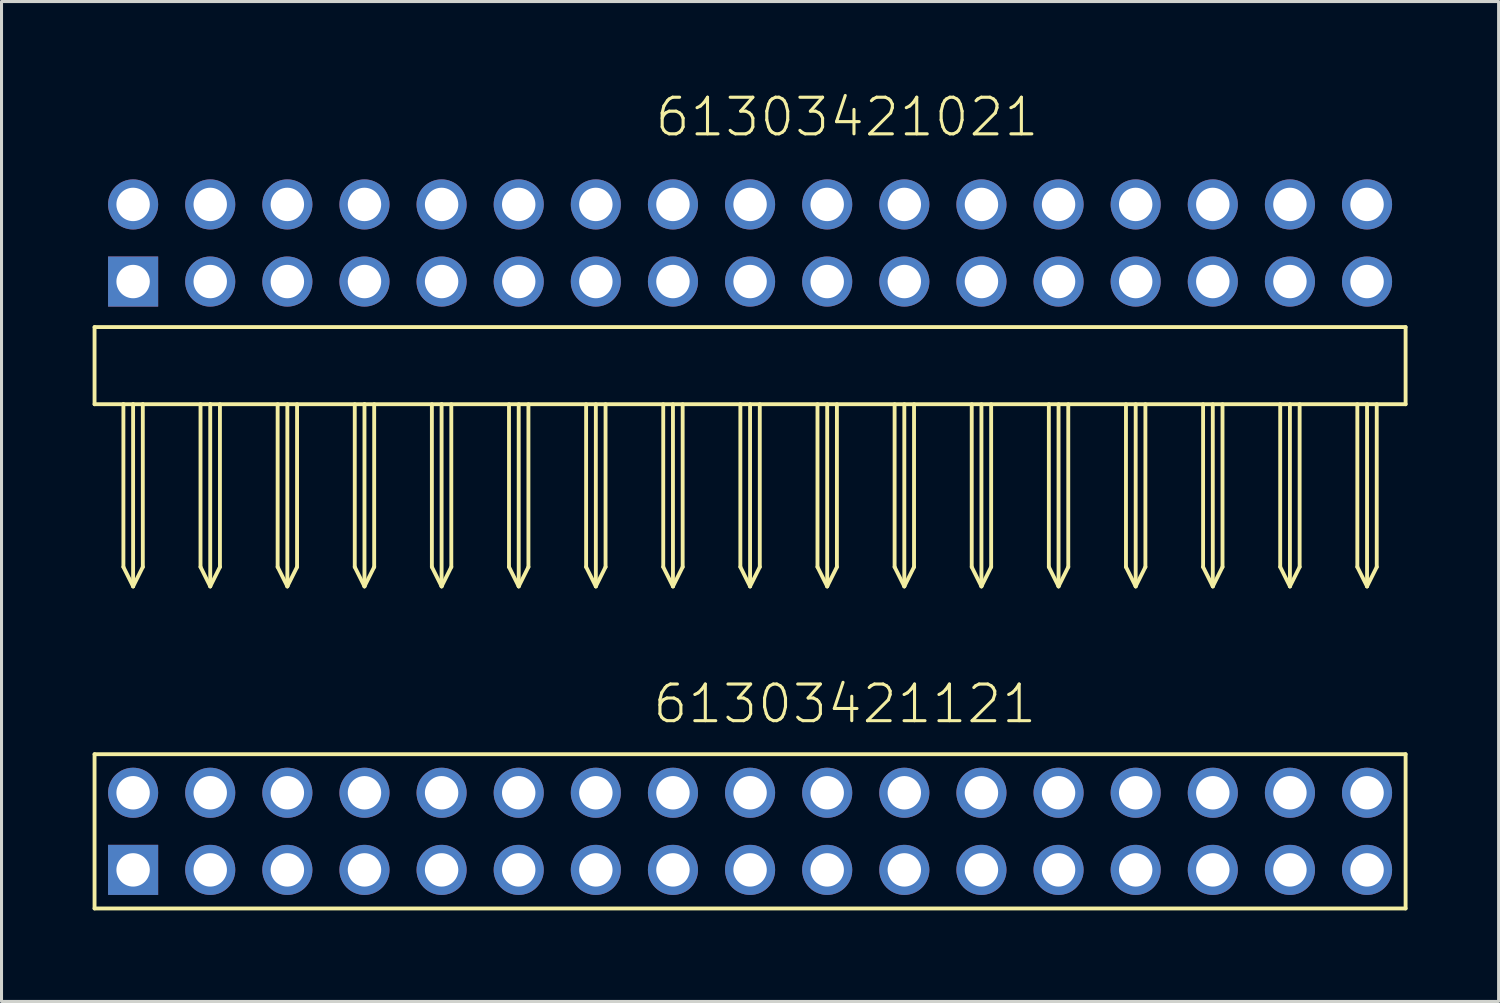
<source format=kicad_pcb>
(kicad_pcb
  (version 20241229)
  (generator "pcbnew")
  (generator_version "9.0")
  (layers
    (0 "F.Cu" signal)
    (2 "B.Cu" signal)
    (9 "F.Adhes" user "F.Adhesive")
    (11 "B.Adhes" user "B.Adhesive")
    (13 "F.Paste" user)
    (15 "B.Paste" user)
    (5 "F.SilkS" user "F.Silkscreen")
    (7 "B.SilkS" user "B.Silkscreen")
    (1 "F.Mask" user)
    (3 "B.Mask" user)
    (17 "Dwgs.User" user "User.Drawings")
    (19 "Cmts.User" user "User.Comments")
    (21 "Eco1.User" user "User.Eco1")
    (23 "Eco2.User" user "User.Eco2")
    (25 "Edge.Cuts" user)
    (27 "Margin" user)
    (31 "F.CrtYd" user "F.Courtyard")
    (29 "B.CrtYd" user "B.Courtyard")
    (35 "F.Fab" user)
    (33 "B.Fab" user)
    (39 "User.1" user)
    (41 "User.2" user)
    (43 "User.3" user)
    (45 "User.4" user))
  (footprint "61303421121"
    (layer "F.Cu")
    (at 21.654 24.33)
    (property "Reference" "61303421121" (at -3.265 -3.492 0) (layer "F.SilkS") (effects (font (size 1.206 1.206) (thickness 0.102)) (justify left bottom)))
    (attr through_hole)
    (fp_line (start -21.59 -2.54) (end 21.59 -2.54) (stroke (width 0.127) (type solid)) (layer "F.SilkS"))
    (fp_line (start -21.59 2.54) (end -21.59 -2.54) (stroke (width 0.127) (type solid)) (layer "F.SilkS"))
    (fp_line (start 21.59 -2.54) (end 21.59 2.54) (stroke (width 0.127) (type solid)) (layer "F.SilkS"))
    (fp_line (start 21.59 2.54) (end -21.59 2.54) (stroke (width 0.127) (type solid)) (layer "F.SilkS"))
    (pad "1" thru_hole rect (at -20.32 1.27) (size 1.65 1.65) (drill 1.1) (layers "*.Cu" "*.Mask"))
    (pad "2" thru_hole circle (at -17.78 1.27) (size 1.65 1.65) (drill 1.1) (layers "*.Cu" "*.Mask"))
    (pad "3" thru_hole circle (at -15.24 1.27) (size 1.65 1.65) (drill 1.1) (layers "*.Cu" "*.Mask"))
    (pad "4" thru_hole circle (at -12.7 1.27) (size 1.65 1.65) (drill 1.1) (layers "*.Cu" "*.Mask"))
    (pad "5" thru_hole circle (at -10.16 1.27) (size 1.65 1.65) (drill 1.1) (layers "*.Cu" "*.Mask"))
    (pad "6" thru_hole circle (at -7.62 1.27) (size 1.65 1.65) (drill 1.1) (layers "*.Cu" "*.Mask"))
    (pad "7" thru_hole circle (at -5.08 1.27) (size 1.65 1.65) (drill 1.1) (layers "*.Cu" "*.Mask"))
    (pad "8" thru_hole circle (at -2.54 1.27) (size 1.65 1.65) (drill 1.1) (layers "*.Cu" "*.Mask"))
    (pad "9" thru_hole circle (at 0 1.27) (size 1.65 1.65) (drill 1.1) (layers "*.Cu" "*.Mask"))
    (pad "10" thru_hole circle (at 2.54 1.27) (size 1.65 1.65) (drill 1.1) (layers "*.Cu" "*.Mask"))
    (pad "11" thru_hole circle (at 5.08 1.27) (size 1.65 1.65) (drill 1.1) (layers "*.Cu" "*.Mask"))
    (pad "12" thru_hole circle (at 7.62 1.27) (size 1.65 1.65) (drill 1.1) (layers "*.Cu" "*.Mask"))
    (pad "13" thru_hole circle (at 10.16 1.27) (size 1.65 1.65) (drill 1.1) (layers "*.Cu" "*.Mask"))
    (pad "14" thru_hole circle (at 12.7 1.27) (size 1.65 1.65) (drill 1.1) (layers "*.Cu" "*.Mask"))
    (pad "15" thru_hole circle (at 15.24 1.27) (size 1.65 1.65) (drill 1.1) (layers "*.Cu" "*.Mask"))
    (pad "16" thru_hole circle (at 17.78 1.27) (size 1.65 1.65) (drill 1.1) (layers "*.Cu" "*.Mask"))
    (pad "17" thru_hole circle (at 20.32 1.27) (size 1.65 1.65) (drill 1.1) (layers "*.Cu" "*.Mask"))
    (pad "18" thru_hole circle (at 20.32 -1.27) (size 1.65 1.65) (drill 1.1) (layers "*.Cu" "*.Mask"))
    (pad "19" thru_hole circle (at 17.78 -1.27) (size 1.65 1.65) (drill 1.1) (layers "*.Cu" "*.Mask"))
    (pad "20" thru_hole circle (at 15.24 -1.27) (size 1.65 1.65) (drill 1.1) (layers "*.Cu" "*.Mask"))
    (pad "21" thru_hole circle (at 12.7 -1.27) (size 1.65 1.65) (drill 1.1) (layers "*.Cu" "*.Mask"))
    (pad "22" thru_hole circle (at 10.16 -1.27) (size 1.65 1.65) (drill 1.1) (layers "*.Cu" "*.Mask"))
    (pad "23" thru_hole circle (at 7.62 -1.27) (size 1.65 1.65) (drill 1.1) (layers "*.Cu" "*.Mask"))
    (pad "24" thru_hole circle (at 5.08 -1.27) (size 1.65 1.65) (drill 1.1) (layers "*.Cu" "*.Mask"))
    (pad "25" thru_hole circle (at 2.54 -1.27) (size 1.65 1.65) (drill 1.1) (layers "*.Cu" "*.Mask"))
    (pad "26" thru_hole circle (at 0 -1.27) (size 1.65 1.65) (drill 1.1) (layers "*.Cu" "*.Mask"))
    (pad "27" thru_hole circle (at -2.54 -1.27) (size 1.65 1.65) (drill 1.1) (layers "*.Cu" "*.Mask"))
    (pad "28" thru_hole circle (at -5.08 -1.27) (size 1.65 1.65) (drill 1.1) (layers "*.Cu" "*.Mask"))
    (pad "29" thru_hole circle (at -7.62 -1.27) (size 1.65 1.65) (drill 1.1) (layers "*.Cu" "*.Mask"))
    (pad "30" thru_hole circle (at -10.16 -1.27) (size 1.65 1.65) (drill 1.1) (layers "*.Cu" "*.Mask"))
    (pad "31" thru_hole circle (at -12.7 -1.27) (size 1.65 1.65) (drill 1.1) (layers "*.Cu" "*.Mask"))
    (pad "32" thru_hole circle (at -15.24 -1.27) (size 1.65 1.65) (drill 1.1) (layers "*.Cu" "*.Mask"))
    (pad "33" thru_hole circle (at -17.78 -1.27) (size 1.65 1.65) (drill 1.1) (layers "*.Cu" "*.Mask"))
    (pad "34" thru_hole circle (at -20.32 -1.27) (size 1.65 1.65) (drill 1.1) (layers "*.Cu" "*.Mask")))
  (footprint "61303421021"
    (layer "F.Cu")
    (at 21.654 6.223)
    (property "Reference" "61303421021" (at -3.192 -4.712 0) (layer "F.SilkS") (effects (font (size 1.206 1.206) (thickness 0.102)) (justify left bottom)))
    (attr through_hole)
    (fp_line (start -21.59 1.5) (end -21.59 4.04) (stroke (width 0.127) (type solid)) (layer "F.SilkS"))
    (fp_line (start -21.59 4.04) (end -20.64 4.04) (stroke (width 0.127) (type solid)) (layer "F.SilkS"))
    (fp_line (start -20.64 4.04) (end -20.64 9.4) (stroke (width 0.127) (type solid)) (layer "F.SilkS"))
    (fp_line (start -20.64 4.04) (end -20.32 4.04) (stroke (width 0.127) (type solid)) (layer "F.SilkS"))
    (fp_line (start -20.64 9.4) (end -20.32 10.04) (stroke (width 0.127) (type solid)) (layer "F.SilkS"))
    (fp_line (start -20.32 4.04) (end -20.32 10.04) (stroke (width 0.127) (type solid)) (layer "F.SilkS"))
    (fp_line (start -20.32 4.04) (end -20 4.04) (stroke (width 0.127) (type solid)) (layer "F.SilkS"))
    (fp_line (start -20.32 10.04) (end -20 9.4) (stroke (width 0.127) (type solid)) (layer "F.SilkS"))
    (fp_line (start -20 4.04) (end -20 9.4) (stroke (width 0.127) (type solid)) (layer "F.SilkS"))
    (fp_line (start -20 4.04) (end -17.78 4.04) (stroke (width 0.127) (type solid)) (layer "F.SilkS"))
    (fp_line (start -18.1 4.04) (end -18.1 9.4) (stroke (width 0.127) (type solid)) (layer "F.SilkS"))
    (fp_line (start -18.1 9.4) (end -17.78 10.04) (stroke (width 0.127) (type solid)) (layer "F.SilkS"))
    (fp_line (start -17.78 4.04) (end -17.78 10.04) (stroke (width 0.127) (type solid)) (layer "F.SilkS"))
    (fp_line (start -17.78 4.04) (end -12.7 4.04) (stroke (width 0.127) (type solid)) (layer "F.SilkS"))
    (fp_line (start -17.78 10.04) (end -17.46 9.4) (stroke (width 0.127) (type solid)) (layer "F.SilkS"))
    (fp_line (start -17.46 4.04) (end -17.46 9.4) (stroke (width 0.127) (type solid)) (layer "F.SilkS"))
    (fp_line (start -15.56 4.04) (end -15.56 9.4) (stroke (width 0.127) (type solid)) (layer "F.SilkS"))
    (fp_line (start -15.56 9.4) (end -15.24 10.04) (stroke (width 0.127) (type solid)) (layer "F.SilkS"))
    (fp_line (start -15.24 4.04) (end -15.24 10.04) (stroke (width 0.127) (type solid)) (layer "F.SilkS"))
    (fp_line (start -15.24 10.04) (end -14.92 9.4) (stroke (width 0.127) (type solid)) (layer "F.SilkS"))
    (fp_line (start -14.92 4.04) (end -14.92 9.4) (stroke (width 0.127) (type solid)) (layer "F.SilkS"))
    (fp_line (start -13.02 4.04) (end -13.02 9.4) (stroke (width 0.127) (type solid)) (layer "F.SilkS"))
    (fp_line (start -13.02 9.4) (end -12.7 10.04) (stroke (width 0.127) (type solid)) (layer "F.SilkS"))
    (fp_line (start -12.7 4.04) (end -12.7 10.04) (stroke (width 0.127) (type solid)) (layer "F.SilkS"))
    (fp_line (start -12.7 4.04) (end -10.16 4.04) (stroke (width 0.127) (type solid)) (layer "F.SilkS"))
    (fp_line (start -12.7 10.04) (end -12.38 9.4) (stroke (width 0.127) (type solid)) (layer "F.SilkS"))
    (fp_line (start -12.38 4.04) (end -12.38 9.4) (stroke (width 0.127) (type solid)) (layer "F.SilkS"))
    (fp_line (start -10.48 4.04) (end -10.48 9.4) (stroke (width 0.127) (type solid)) (layer "F.SilkS"))
    (fp_line (start -10.48 9.4) (end -10.16 10.04) (stroke (width 0.127) (type solid)) (layer "F.SilkS"))
    (fp_line (start -10.16 4.04) (end -10.16 10.04) (stroke (width 0.127) (type solid)) (layer "F.SilkS"))
    (fp_line (start -10.16 4.04) (end 21.59 4.04) (stroke (width 0.127) (type solid)) (layer "F.SilkS"))
    (fp_line (start -10.16 10.04) (end -9.84 9.4) (stroke (width 0.127) (type solid)) (layer "F.SilkS"))
    (fp_line (start -9.84 4.04) (end -9.84 9.4) (stroke (width 0.127) (type solid)) (layer "F.SilkS"))
    (fp_line (start -7.94 4.04) (end -7.94 9.4) (stroke (width 0.127) (type solid)) (layer "F.SilkS"))
    (fp_line (start -7.94 9.4) (end -7.62 10.04) (stroke (width 0.127) (type solid)) (layer "F.SilkS"))
    (fp_line (start -7.62 4.04) (end -7.62 10.04) (stroke (width 0.127) (type solid)) (layer "F.SilkS"))
    (fp_line (start -7.62 10.04) (end -7.3 9.4) (stroke (width 0.127) (type solid)) (layer "F.SilkS"))
    (fp_line (start -7.3 4.04) (end -7.3 9.4) (stroke (width 0.127) (type solid)) (layer "F.SilkS"))
    (fp_line (start -5.4 4.04) (end -5.4 9.4) (stroke (width 0.127) (type solid)) (layer "F.SilkS"))
    (fp_line (start -5.4 9.4) (end -5.08 10.04) (stroke (width 0.127) (type solid)) (layer "F.SilkS"))
    (fp_line (start -5.08 4.04) (end -5.08 10.04) (stroke (width 0.127) (type solid)) (layer "F.SilkS"))
    (fp_line (start -5.08 10.04) (end -4.76 9.4) (stroke (width 0.127) (type solid)) (layer "F.SilkS"))
    (fp_line (start -4.76 4.04) (end -4.76 9.4) (stroke (width 0.127) (type solid)) (layer "F.SilkS"))
    (fp_line (start -2.86 4.04) (end -2.86 9.4) (stroke (width 0.127) (type solid)) (layer "F.SilkS"))
    (fp_line (start -2.86 9.4) (end -2.54 10.04) (stroke (width 0.127) (type solid)) (layer "F.SilkS"))
    (fp_line (start -2.54 4.04) (end -2.54 10.04) (stroke (width 0.127) (type solid)) (layer "F.SilkS"))
    (fp_line (start -2.54 10.04) (end -2.22 9.4) (stroke (width 0.127) (type solid)) (layer "F.SilkS"))
    (fp_line (start -2.22 4.04) (end -2.22 9.4) (stroke (width 0.127) (type solid)) (layer "F.SilkS"))
    (fp_line (start -0.32 4.04) (end -0.32 9.4) (stroke (width 0.127) (type solid)) (layer "F.SilkS"))
    (fp_line (start -0.32 9.4) (end 0 10.04) (stroke (width 0.127) (type solid)) (layer "F.SilkS"))
    (fp_line (start 0 4.04) (end 0 10.04) (stroke (width 0.127) (type solid)) (layer "F.SilkS"))
    (fp_line (start 0 10.04) (end 0.32 9.4) (stroke (width 0.127) (type solid)) (layer "F.SilkS"))
    (fp_line (start 0.32 4.04) (end 0.32 9.4) (stroke (width 0.127) (type solid)) (layer "F.SilkS"))
    (fp_line (start 2.22 4.04) (end 2.22 9.4) (stroke (width 0.127) (type solid)) (layer "F.SilkS"))
    (fp_line (start 2.22 9.4) (end 2.54 10.04) (stroke (width 0.127) (type solid)) (layer "F.SilkS"))
    (fp_line (start 2.54 4.04) (end 2.54 10.04) (stroke (width 0.127) (type solid)) (layer "F.SilkS"))
    (fp_line (start 2.54 10.04) (end 2.86 9.4) (stroke (width 0.127) (type solid)) (layer "F.SilkS"))
    (fp_line (start 2.86 4.04) (end 2.86 9.4) (stroke (width 0.127) (type solid)) (layer "F.SilkS"))
    (fp_line (start 4.76 4.04) (end 4.76 9.4) (stroke (width 0.127) (type solid)) (layer "F.SilkS"))
    (fp_line (start 4.76 9.4) (end 5.08 10.04) (stroke (width 0.127) (type solid)) (layer "F.SilkS"))
    (fp_line (start 5.08 4.04) (end 5.08 10.04) (stroke (width 0.127) (type solid)) (layer "F.SilkS"))
    (fp_line (start 5.08 10.04) (end 5.4 9.4) (stroke (width 0.127) (type solid)) (layer "F.SilkS"))
    (fp_line (start 5.4 4.04) (end 5.4 9.4) (stroke (width 0.127) (type solid)) (layer "F.SilkS"))
    (fp_line (start 7.3 4.04) (end 7.3 9.4) (stroke (width 0.127) (type solid)) (layer "F.SilkS"))
    (fp_line (start 7.3 9.4) (end 7.62 10.04) (stroke (width 0.127) (type solid)) (layer "F.SilkS"))
    (fp_line (start 7.62 4.04) (end 7.62 10.04) (stroke (width 0.127) (type solid)) (layer "F.SilkS"))
    (fp_line (start 7.62 10.04) (end 7.94 9.4) (stroke (width 0.127) (type solid)) (layer "F.SilkS"))
    (fp_line (start 7.94 4.04) (end 7.94 9.4) (stroke (width 0.127) (type solid)) (layer "F.SilkS"))
    (fp_line (start 9.84 4.04) (end 9.84 9.4) (stroke (width 0.127) (type solid)) (layer "F.SilkS"))
    (fp_line (start 9.84 9.4) (end 10.16 10.04) (stroke (width 0.127) (type solid)) (layer "F.SilkS"))
    (fp_line (start 10.16 4.04) (end 10.16 10.04) (stroke (width 0.127) (type solid)) (layer "F.SilkS"))
    (fp_line (start 10.16 10.04) (end 10.48 9.4) (stroke (width 0.127) (type solid)) (layer "F.SilkS"))
    (fp_line (start 10.48 4.04) (end 10.48 9.4) (stroke (width 0.127) (type solid)) (layer "F.SilkS"))
    (fp_line (start 12.38 4.04) (end 12.38 9.4) (stroke (width 0.127) (type solid)) (layer "F.SilkS"))
    (fp_line (start 12.38 9.4) (end 12.7 10.04) (stroke (width 0.127) (type solid)) (layer "F.SilkS"))
    (fp_line (start 12.7 4.04) (end 12.7 10.04) (stroke (width 0.127) (type solid)) (layer "F.SilkS"))
    (fp_line (start 12.7 10.04) (end 13.02 9.4) (stroke (width 0.127) (type solid)) (layer "F.SilkS"))
    (fp_line (start 13.02 4.04) (end 13.02 9.4) (stroke (width 0.127) (type solid)) (layer "F.SilkS"))
    (fp_line (start 14.92 4.04) (end 14.92 9.4) (stroke (width 0.127) (type solid)) (layer "F.SilkS"))
    (fp_line (start 14.92 9.4) (end 15.24 10.04) (stroke (width 0.127) (type solid)) (layer "F.SilkS"))
    (fp_line (start 15.24 4.04) (end 15.24 10.04) (stroke (width 0.127) (type solid)) (layer "F.SilkS"))
    (fp_line (start 15.24 10.04) (end 15.56 9.4) (stroke (width 0.127) (type solid)) (layer "F.SilkS"))
    (fp_line (start 15.56 4.04) (end 15.56 9.4) (stroke (width 0.127) (type solid)) (layer "F.SilkS"))
    (fp_line (start 17.46 4.04) (end 17.46 9.4) (stroke (width 0.127) (type solid)) (layer "F.SilkS"))
    (fp_line (start 17.46 9.4) (end 17.78 10.04) (stroke (width 0.127) (type solid)) (layer "F.SilkS"))
    (fp_line (start 17.78 4.04) (end 17.78 10.04) (stroke (width 0.127) (type solid)) (layer "F.SilkS"))
    (fp_line (start 17.78 10.04) (end 18.1 9.4) (stroke (width 0.127) (type solid)) (layer "F.SilkS"))
    (fp_line (start 18.1 4.04) (end 18.1 9.4) (stroke (width 0.127) (type solid)) (layer "F.SilkS"))
    (fp_line (start 20 4.04) (end 20 9.4) (stroke (width 0.127) (type solid)) (layer "F.SilkS"))
    (fp_line (start 20 9.4) (end 20.32 10.04) (stroke (width 0.127) (type solid)) (layer "F.SilkS"))
    (fp_line (start 20.32 4.04) (end 20.32 10.04) (stroke (width 0.127) (type solid)) (layer "F.SilkS"))
    (fp_line (start 20.32 10.04) (end 20.64 9.4) (stroke (width 0.127) (type solid)) (layer "F.SilkS"))
    (fp_line (start 20.64 4.04) (end 20.64 9.4) (stroke (width 0.127) (type solid)) (layer "F.SilkS"))
    (fp_line (start 21.59 1.5) (end -21.59 1.5) (stroke (width 0.127) (type solid)) (layer "F.SilkS"))
    (fp_line (start 21.59 4.04) (end 21.59 1.5) (stroke (width 0.127) (type solid)) (layer "F.SilkS"))
    (pad "1" thru_hole rect (at -20.32 0) (size 1.65 1.65) (drill 1.1) (layers "*.Cu" "*.Mask"))
    (pad "2" thru_hole circle (at -17.78 0) (size 1.65 1.65) (drill 1.1) (layers "*.Cu" "*.Mask"))
    (pad "3" thru_hole circle (at -15.24 0) (size 1.65 1.65) (drill 1.1) (layers "*.Cu" "*.Mask"))
    (pad "4" thru_hole circle (at -12.7 0) (size 1.65 1.65) (drill 1.1) (layers "*.Cu" "*.Mask"))
    (pad "5" thru_hole circle (at -10.16 0) (size 1.65 1.65) (drill 1.1) (layers "*.Cu" "*.Mask"))
    (pad "6" thru_hole circle (at -7.62 0) (size 1.65 1.65) (drill 1.1) (layers "*.Cu" "*.Mask"))
    (pad "7" thru_hole circle (at -5.08 0) (size 1.65 1.65) (drill 1.1) (layers "*.Cu" "*.Mask"))
    (pad "8" thru_hole circle (at -2.54 0) (size 1.65 1.65) (drill 1.1) (layers "*.Cu" "*.Mask"))
    (pad "9" thru_hole circle (at 0 0) (size 1.65 1.65) (drill 1.1) (layers "*.Cu" "*.Mask"))
    (pad "10" thru_hole circle (at 2.54 0) (size 1.65 1.65) (drill 1.1) (layers "*.Cu" "*.Mask"))
    (pad "11" thru_hole circle (at 5.08 0) (size 1.65 1.65) (drill 1.1) (layers "*.Cu" "*.Mask"))
    (pad "12" thru_hole circle (at 7.62 0) (size 1.65 1.65) (drill 1.1) (layers "*.Cu" "*.Mask"))
    (pad "13" thru_hole circle (at 10.16 0) (size 1.65 1.65) (drill 1.1) (layers "*.Cu" "*.Mask"))
    (pad "14" thru_hole circle (at 12.7 0) (size 1.65 1.65) (drill 1.1) (layers "*.Cu" "*.Mask"))
    (pad "15" thru_hole circle (at 15.24 0) (size 1.65 1.65) (drill 1.1) (layers "*.Cu" "*.Mask"))
    (pad "16" thru_hole circle (at 17.78 0) (size 1.65 1.65) (drill 1.1) (layers "*.Cu" "*.Mask"))
    (pad "17" thru_hole circle (at 20.32 0) (size 1.65 1.65) (drill 1.1) (layers "*.Cu" "*.Mask"))
    (pad "18" thru_hole circle (at 20.32 -2.54) (size 1.65 1.65) (drill 1.1) (layers "*.Cu" "*.Mask"))
    (pad "19" thru_hole circle (at 17.78 -2.54) (size 1.65 1.65) (drill 1.1) (layers "*.Cu" "*.Mask"))
    (pad "20" thru_hole circle (at 15.24 -2.54) (size 1.65 1.65) (drill 1.1) (layers "*.Cu" "*.Mask"))
    (pad "21" thru_hole circle (at 12.7 -2.54) (size 1.65 1.65) (drill 1.1) (layers "*.Cu" "*.Mask"))
    (pad "22" thru_hole circle (at 10.16 -2.54) (size 1.65 1.65) (drill 1.1) (layers "*.Cu" "*.Mask"))
    (pad "23" thru_hole circle (at 7.62 -2.54) (size 1.65 1.65) (drill 1.1) (layers "*.Cu" "*.Mask"))
    (pad "24" thru_hole circle (at 5.08 -2.54) (size 1.65 1.65) (drill 1.1) (layers "*.Cu" "*.Mask"))
    (pad "25" thru_hole circle (at 2.54 -2.54) (size 1.65 1.65) (drill 1.1) (layers "*.Cu" "*.Mask"))
    (pad "26" thru_hole circle (at 0 -2.54) (size 1.65 1.65) (drill 1.1) (layers "*.Cu" "*.Mask"))
    (pad "27" thru_hole circle (at -2.54 -2.54) (size 1.65 1.65) (drill 1.1) (layers "*.Cu" "*.Mask"))
    (pad "28" thru_hole circle (at -5.08 -2.54) (size 1.65 1.65) (drill 1.1) (layers "*.Cu" "*.Mask"))
    (pad "29" thru_hole circle (at -7.62 -2.54) (size 1.65 1.65) (drill 1.1) (layers "*.Cu" "*.Mask"))
    (pad "30" thru_hole circle (at -10.16 -2.54) (size 1.65 1.65) (drill 1.1) (layers "*.Cu" "*.Mask"))
    (pad "31" thru_hole circle (at -12.7 -2.54) (size 1.65 1.65) (drill 1.1) (layers "*.Cu" "*.Mask"))
    (pad "32" thru_hole circle (at -15.24 -2.54) (size 1.65 1.65) (drill 1.1) (layers "*.Cu" "*.Mask"))
    (pad "33" thru_hole circle (at -17.78 -2.54) (size 1.65 1.65) (drill 1.1) (layers "*.Cu" "*.Mask"))
    (pad "34" thru_hole circle (at -20.32 -2.54) (size 1.65 1.65) (drill 1.1) (layers "*.Cu" "*.Mask")))
  (gr_rect
    (start -3 -3)
    (end 46.307 29.933)
    (stroke (width 0.1) (type default))
    (fill no)
    (layer "Edge.Cuts")))
</source>
